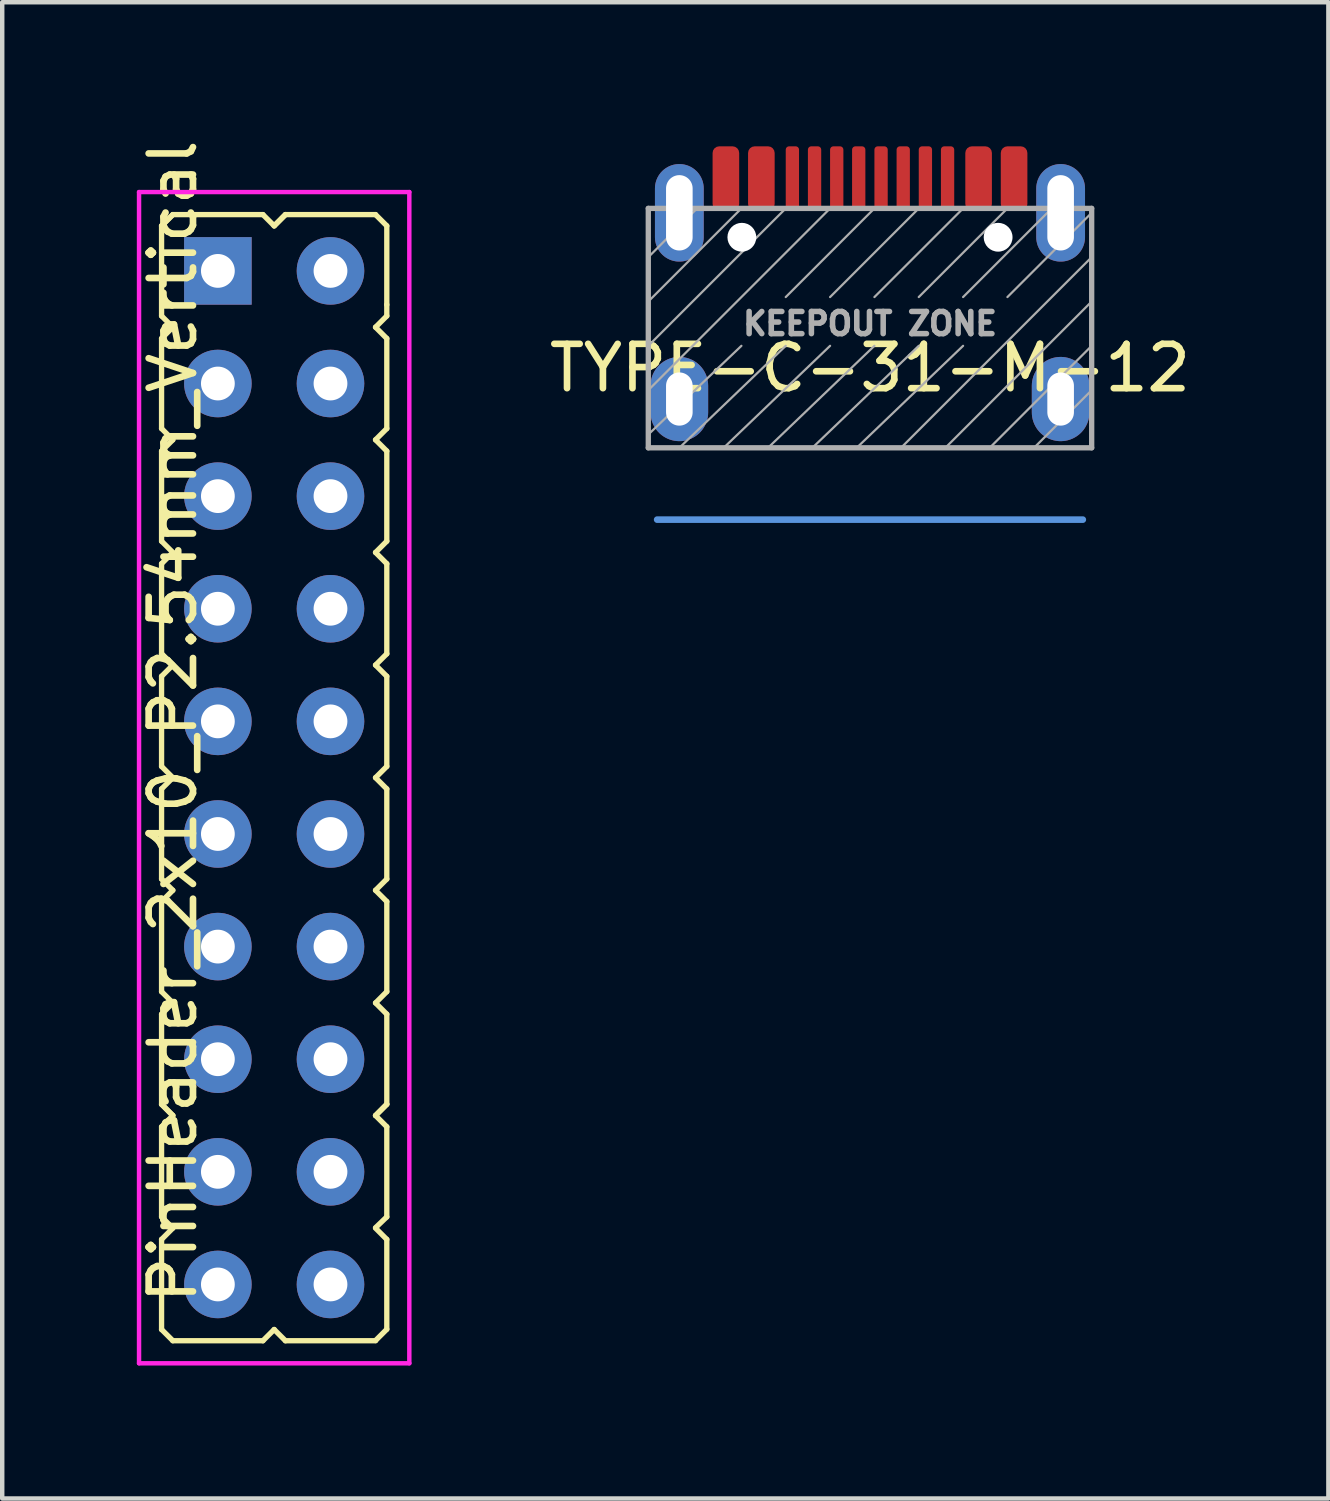
<source format=kicad_pcb>
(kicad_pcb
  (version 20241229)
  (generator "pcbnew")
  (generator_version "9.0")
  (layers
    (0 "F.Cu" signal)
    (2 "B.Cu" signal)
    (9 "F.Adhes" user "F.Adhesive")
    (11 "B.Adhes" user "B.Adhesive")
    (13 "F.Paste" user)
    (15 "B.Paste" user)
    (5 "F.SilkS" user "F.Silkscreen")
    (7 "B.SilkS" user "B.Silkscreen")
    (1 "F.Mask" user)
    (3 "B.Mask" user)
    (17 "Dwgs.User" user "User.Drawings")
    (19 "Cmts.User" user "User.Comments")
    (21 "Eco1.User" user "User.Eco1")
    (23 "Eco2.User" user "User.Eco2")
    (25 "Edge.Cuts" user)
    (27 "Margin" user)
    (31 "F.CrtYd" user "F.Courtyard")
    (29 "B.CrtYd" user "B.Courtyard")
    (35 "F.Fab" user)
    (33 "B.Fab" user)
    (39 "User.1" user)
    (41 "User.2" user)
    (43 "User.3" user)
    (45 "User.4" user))
  (footprint "TYPE-C-31-M-12"
    (layer "F.Cu")
    (at 16.572 0.25)
    (property "Reference" "TYPE-C-31-M-12" (at 0 5 0) (layer "F.SilkS") (effects (font (size 1 1) (thickness 0.15))))
    (attr through_hole)
    (fp_line (start 4.8 8.42) (end -4.8 8.42) (stroke (width 0.15) (type solid)) (layer "Cmts.User"))
    (fp_line (start -5 1.4) (end -5 6.8) (stroke (width 0.12) (type solid)) (layer "F.Fab"))
    (fp_line (start -5 2.5) (end -3.9 1.4) (stroke (width 0.05) (type solid)) (layer "F.Fab"))
    (fp_line (start -5 3.5) (end -2.9 1.4) (stroke (width 0.05) (type solid)) (layer "F.Fab"))
    (fp_line (start -5 4.5) (end -1.9 1.4) (stroke (width 0.05) (type solid)) (layer "F.Fab"))
    (fp_line (start -5 5.5) (end -0.9 1.4) (stroke (width 0.05) (type solid)) (layer "F.Fab"))
    (fp_line (start -5 6.5) (end -2.9 4.5) (stroke (width 0.05) (type solid)) (layer "F.Fab"))
    (fp_line (start -5 6.8) (end 5 6.8) (stroke (width 0.12) (type solid)) (layer "F.Fab"))
    (fp_line (start -4.3 6.8) (end -1.9 4.5) (stroke (width 0.05) (type solid)) (layer "F.Fab"))
    (fp_line (start -3.3 6.8) (end -0.9 4.5) (stroke (width 0.05) (type solid)) (layer "F.Fab"))
    (fp_line (start -2.3 6.8) (end 0.1 4.5) (stroke (width 0.05) (type solid)) (layer "F.Fab"))
    (fp_line (start -1.9 3.4) (end 0.1 1.4) (stroke (width 0.05) (type solid)) (layer "F.Fab"))
    (fp_line (start -1.3 6.8) (end 1.1 4.5) (stroke (width 0.05) (type solid)) (layer "F.Fab"))
    (fp_line (start -0.9 3.4) (end 1.1 1.4) (stroke (width 0.05) (type solid)) (layer "F.Fab"))
    (fp_line (start -0.3 6.8) (end 2.1 4.5) (stroke (width 0.05) (type solid)) (layer "F.Fab"))
    (fp_line (start 0.1 3.4) (end 2.1 1.4) (stroke (width 0.05) (type solid)) (layer "F.Fab"))
    (fp_line (start 0.7 6.8) (end 5 2.5) (stroke (width 0.05) (type solid)) (layer "F.Fab"))
    (fp_line (start 1.1 3.4) (end 3.1 1.4) (stroke (width 0.05) (type solid)) (layer "F.Fab"))
    (fp_line (start 1.7 6.8) (end 5 3.5) (stroke (width 0.05) (type solid)) (layer "F.Fab"))
    (fp_line (start 2.1 3.4) (end 4.1 1.4) (stroke (width 0.05) (type solid)) (layer "F.Fab"))
    (fp_line (start 2.7 6.8) (end 5 4.5) (stroke (width 0.05) (type solid)) (layer "F.Fab"))
    (fp_line (start 3.1 3.4) (end 5 1.5) (stroke (width 0.05) (type solid)) (layer "F.Fab"))
    (fp_line (start 3.7 6.8) (end 5 5.5) (stroke (width 0.05) (type solid)) (layer "F.Fab"))
    (fp_line (start 5 1.4) (end -5 1.4) (stroke (width 0.12) (type solid)) (layer "F.Fab"))
    (fp_line (start 5 6.8) (end 5 1.4) (stroke (width 0.12) (type solid)) (layer "F.Fab"))
    (fp_text user "KEEPOUT ZONE" (at 0 4 0) (layer "F.Fab") (effects (font (size 0.5 0.5) (thickness 0.125))))
    (pad "" np_thru_hole circle (at -2.89 2.051) (size 0.65 0.65) (drill 0.65) (layers "*.Cu" "*.Mask"))
    (pad "" np_thru_hole circle (at 2.89 2.051) (size 0.65 0.65) (drill 0.65) (layers "*.Cu" "*.Mask"))
    (pad "A1" smd roundrect (at -3.25 0.725) (size 0.6 1.45) (layers "F.Cu" "F.Mask" "F.Paste") (roundrect_rratio 0.25))
    (pad "A4" smd roundrect (at -2.45 0.725) (size 0.6 1.45) (layers "F.Cu" "F.Mask" "F.Paste") (roundrect_rratio 0.25))
    (pad "A5" smd roundrect (at -1.25 0.725) (size 0.3 1.45) (layers "F.Cu" "F.Mask" "F.Paste") (roundrect_rratio 0.25))
    (pad "A6" smd roundrect (at -0.254 0.725) (size 0.3 1.45) (layers "F.Cu" "F.Mask" "F.Paste") (roundrect_rratio 0.25))
    (pad "A7" smd roundrect (at 0.25 0.725) (size 0.3 1.45) (layers "F.Cu" "F.Mask" "F.Paste") (roundrect_rratio 0.25))
    (pad "A8" smd roundrect (at 1.25 0.725) (size 0.3 1.45) (layers "F.Cu" "F.Mask" "F.Paste") (roundrect_rratio 0.25))
    (pad "B1" smd roundrect (at 3.25 0.725) (size 0.6 1.45) (layers "F.Cu" "F.Mask" "F.Paste") (roundrect_rratio 0.25))
    (pad "B4" smd roundrect (at 2.45 0.725) (size 0.6 1.45) (layers "F.Cu" "F.Mask" "F.Paste") (roundrect_rratio 0.25))
    (pad "B5" smd roundrect (at 1.75 0.725) (size 0.3 1.45) (layers "F.Cu" "F.Mask" "F.Paste") (roundrect_rratio 0.25))
    (pad "B6" smd roundrect (at 0.75 0.725) (size 0.3 1.45) (layers "F.Cu" "F.Mask" "F.Paste") (roundrect_rratio 0.25))
    (pad "B7" smd roundrect (at -0.75 0.725) (size 0.3 1.45) (layers "F.Cu" "F.Mask" "F.Paste") (roundrect_rratio 0.25))
    (pad "B8" smd roundrect (at -1.75 0.725) (size 0.3 1.45) (layers "F.Cu" "F.Mask" "F.Paste") (roundrect_rratio 0.25))
    (pad "S" thru_hole oval (at -4.3 1.5) (size 1.1 2.2) (drill oval 0.6 1.7) (layers "*.Cu" "*.Mask"))
    (pad "S" thru_hole oval (at -4.3 5.7) (size 1.3 1.9) (drill oval 0.6 1.2) (layers "*.Cu" "*.Mask"))
    (pad "S" thru_hole oval (at 4.3 1.5) (size 1.1 2.2) (drill oval 0.6 1.7) (layers "*.Cu" "*.Mask"))
    (pad "S" thru_hole oval (at 4.3 5.7) (size 1.3 1.9) (drill oval 0.6 1.2) (layers "*.Cu" "*.Mask")))
  (footprint "PinHeader_2x10_P2.54mm_Vertical"
    (layer "F.Cu")
    (at 3.134 14.49)
    (property "Reference" "PinHeader_2x10_P2.54mm_Vertical" (at -2.286 -1.27 90) (layer "F.SilkS") (effects (font (size 1 1) (thickness 0.15))))
    (attr through_hole)
    (fp_line (start -2.54 -12.446) (end -2.286 -12.7) (stroke (width 0.12) (type solid)) (layer "F.SilkS"))
    (fp_line (start -2.54 -12.446) (end -2.286 -12.7) (stroke (width 0.12) (type solid)) (layer "F.SilkS"))
    (fp_line (start -2.54 -10.414) (end -2.54 -12.446) (stroke (width 0.12) (type solid)) (layer "F.SilkS"))
    (fp_line (start -2.54 -9.906) (end -2.286 -10.16) (stroke (width 0.12) (type solid)) (layer "F.SilkS"))
    (fp_line (start -2.54 -7.874) (end -2.54 -9.906) (stroke (width 0.12) (type solid)) (layer "F.SilkS"))
    (fp_line (start -2.54 -7.366) (end -2.286 -7.62) (stroke (width 0.12) (type solid)) (layer "F.SilkS"))
    (fp_line (start -2.54 -5.334) (end -2.54 -7.366) (stroke (width 0.12) (type solid)) (layer "F.SilkS"))
    (fp_line (start -2.54 -4.826) (end -2.286 -5.08) (stroke (width 0.12) (type solid)) (layer "F.SilkS"))
    (fp_line (start -2.54 -2.794) (end -2.54 -4.826) (stroke (width 0.12) (type solid)) (layer "F.SilkS"))
    (fp_line (start -2.54 -2.286) (end -2.286 -2.54) (stroke (width 0.12) (type solid)) (layer "F.SilkS"))
    (fp_line (start -2.54 -0.254) (end -2.54 -2.286) (stroke (width 0.12) (type solid)) (layer "F.SilkS"))
    (fp_line (start -2.54 -0.254) (end -2.286 0) (stroke (width 0.12) (type solid)) (layer "F.SilkS"))
    (fp_line (start -2.54 0.254) (end -2.54 2.286) (stroke (width 0.12) (type solid)) (layer "F.SilkS"))
    (fp_line (start -2.54 0.254) (end -2.286 0) (stroke (width 0.12) (type solid)) (layer "F.SilkS"))
    (fp_line (start -2.54 2.794) (end -2.54 4.826) (stroke (width 0.12) (type solid)) (layer "F.SilkS"))
    (fp_line (start -2.54 2.794) (end -2.286 2.54) (stroke (width 0.12) (type solid)) (layer "F.SilkS"))
    (fp_line (start -2.54 7.366) (end -2.54 5.334) (stroke (width 0.12) (type solid)) (layer "F.SilkS"))
    (fp_line (start -2.54 9.906) (end -2.54 7.874) (stroke (width 0.12) (type solid)) (layer "F.SilkS"))
    (fp_line (start -2.54 12.446) (end -2.54 10.414) (stroke (width 0.12) (type solid)) (layer "F.SilkS"))
    (fp_line (start -2.286 -10.16) (end -2.54 -10.414) (stroke (width 0.12) (type solid)) (layer "F.SilkS"))
    (fp_line (start -2.286 -7.62) (end -2.54 -7.874) (stroke (width 0.12) (type solid)) (layer "F.SilkS"))
    (fp_line (start -2.286 -5.08) (end -2.54 -5.334) (stroke (width 0.12) (type solid)) (layer "F.SilkS"))
    (fp_line (start -2.286 -2.54) (end -2.54 -2.794) (stroke (width 0.12) (type solid)) (layer "F.SilkS"))
    (fp_line (start -2.286 -2.54) (end -2.54 -2.794) (stroke (width 0.12) (type solid)) (layer "F.SilkS"))
    (fp_line (start -2.286 2.54) (end -2.54 2.286) (stroke (width 0.12) (type solid)) (layer "F.SilkS"))
    (fp_line (start -2.286 5.08) (end -2.54 4.826) (stroke (width 0.12) (type solid)) (layer "F.SilkS"))
    (fp_line (start -2.286 5.08) (end -2.54 5.334) (stroke (width 0.12) (type solid)) (layer "F.SilkS"))
    (fp_line (start -2.286 7.62) (end -2.54 7.366) (stroke (width 0.12) (type solid)) (layer "F.SilkS"))
    (fp_line (start -2.286 7.62) (end -2.54 7.366) (stroke (width 0.12) (type solid)) (layer "F.SilkS"))
    (fp_line (start -2.286 7.62) (end -2.54 7.874) (stroke (width 0.12) (type solid)) (layer "F.SilkS"))
    (fp_line (start -2.286 10.16) (end -2.54 9.906) (stroke (width 0.12) (type solid)) (layer "F.SilkS"))
    (fp_line (start -2.286 10.16) (end -2.54 10.414) (stroke (width 0.12) (type solid)) (layer "F.SilkS"))
    (fp_line (start -2.286 12.699) (end -2.54 12.445) (stroke (width 0.12) (type solid)) (layer "F.SilkS"))
    (fp_line (start -2.286 12.7) (end -0.254 12.7) (stroke (width 0.12) (type solid)) (layer "F.SilkS"))
    (fp_line (start -0.254 -12.7) (end -2.286 -12.7) (stroke (width 0.12) (type solid)) (layer "F.SilkS"))
    (fp_line (start -0.254 12.7) (end 0 12.446) (stroke (width 0.12) (type solid)) (layer "F.SilkS"))
    (fp_line (start 0 -12.446) (end -0.254 -12.7) (stroke (width 0.12) (type solid)) (layer "F.SilkS"))
    (fp_line (start 0 -12.446) (end 0.254 -12.7) (stroke (width 0.12) (type solid)) (layer "F.SilkS"))
    (fp_line (start 0 -12.446) (end 0.254 -12.7) (stroke (width 0.12) (type solid)) (layer "F.SilkS"))
    (fp_line (start 0.254 12.7) (end 0 12.446) (stroke (width 0.12) (type solid)) (layer "F.SilkS"))
    (fp_line (start 0.254 12.7) (end 2.286 12.7) (stroke (width 0.12) (type solid)) (layer "F.SilkS"))
    (fp_line (start 2.286 -12.7) (end 0.254 -12.7) (stroke (width 0.12) (type solid)) (layer "F.SilkS"))
    (fp_line (start 2.286 -10.16) (end 2.54 -9.906) (stroke (width 0.12) (type solid)) (layer "F.SilkS"))
    (fp_line (start 2.286 -7.62) (end 2.54 -7.366) (stroke (width 0.12) (type solid)) (layer "F.SilkS"))
    (fp_line (start 2.286 -5.08) (end 2.54 -4.826) (stroke (width 0.12) (type solid)) (layer "F.SilkS"))
    (fp_line (start 2.286 -2.54) (end 2.54 -2.286) (stroke (width 0.12) (type solid)) (layer "F.SilkS"))
    (fp_line (start 2.286 2.54) (end 2.54 2.286) (stroke (width 0.12) (type solid)) (layer "F.SilkS"))
    (fp_line (start 2.286 5.08) (end 2.54 4.826) (stroke (width 0.12) (type solid)) (layer "F.SilkS"))
    (fp_line (start 2.286 5.08) (end 2.54 5.334) (stroke (width 0.12) (type solid)) (layer "F.SilkS"))
    (fp_line (start 2.286 7.62) (end 2.54 7.366) (stroke (width 0.12) (type solid)) (layer "F.SilkS"))
    (fp_line (start 2.286 7.62) (end 2.54 7.874) (stroke (width 0.12) (type solid)) (layer "F.SilkS"))
    (fp_line (start 2.286 10.15) (end 2.54 9.906) (stroke (width 0.12) (type solid)) (layer "F.SilkS"))
    (fp_line (start 2.286 10.16) (end 2.54 10.414) (stroke (width 0.12) (type solid)) (layer "F.SilkS"))
    (fp_line (start 2.54 -12.446) (end 2.286 -12.7) (stroke (width 0.12) (type solid)) (layer "F.SilkS"))
    (fp_line (start 2.54 -12.446) (end 2.54 -10.668) (stroke (width 0.12) (type solid)) (layer "F.SilkS"))
    (fp_line (start 2.54 -10.668) (end 2.54 -10.414) (stroke (width 0.12) (type solid)) (layer "F.SilkS"))
    (fp_line (start 2.54 -10.414) (end 2.286 -10.16) (stroke (width 0.12) (type solid)) (layer "F.SilkS"))
    (fp_line (start 2.54 -9.906) (end 2.54 -7.874) (stroke (width 0.12) (type solid)) (layer "F.SilkS"))
    (fp_line (start 2.54 -7.874) (end 2.286 -7.62) (stroke (width 0.12) (type solid)) (layer "F.SilkS"))
    (fp_line (start 2.54 -7.366) (end 2.54 -5.334) (stroke (width 0.12) (type solid)) (layer "F.SilkS"))
    (fp_line (start 2.54 -5.334) (end 2.286 -5.08) (stroke (width 0.12) (type solid)) (layer "F.SilkS"))
    (fp_line (start 2.54 -4.826) (end 2.54 -2.794) (stroke (width 0.12) (type solid)) (layer "F.SilkS"))
    (fp_line (start 2.54 -2.794) (end 2.286 -2.54) (stroke (width 0.12) (type solid)) (layer "F.SilkS"))
    (fp_line (start 2.54 -2.286) (end 2.54 -0.254) (stroke (width 0.12) (type solid)) (layer "F.SilkS"))
    (fp_line (start 2.54 -0.254) (end 2.286 0) (stroke (width 0.12) (type solid)) (layer "F.SilkS"))
    (fp_line (start 2.54 0.254) (end 2.286 0) (stroke (width 0.12) (type solid)) (layer "F.SilkS"))
    (fp_line (start 2.54 0.254) (end 2.54 2.286) (stroke (width 0.12) (type solid)) (layer "F.SilkS"))
    (fp_line (start 2.54 2.794) (end 2.286 2.54) (stroke (width 0.12) (type solid)) (layer "F.SilkS"))
    (fp_line (start 2.54 2.794) (end 2.54 4.826) (stroke (width 0.12) (type solid)) (layer "F.SilkS"))
    (fp_line (start 2.54 5.334) (end 2.54 7.366) (stroke (width 0.12) (type solid)) (layer "F.SilkS"))
    (fp_line (start 2.54 7.366) (end 2.286 7.62) (stroke (width 0.12) (type solid)) (layer "F.SilkS"))
    (fp_line (start 2.54 7.874) (end 2.54 9.906) (stroke (width 0.12) (type solid)) (layer "F.SilkS"))
    (fp_line (start 2.54 12.44) (end 2.54 10.414) (stroke (width 0.12) (type solid)) (layer "F.SilkS"))
    (fp_line (start 2.54 12.441) (end 2.286 12.695) (stroke (width 0.12) (type solid)) (layer "F.SilkS"))
    (fp_line (start -3.048 -13.208) (end 3.048 -13.208) (stroke (width 0.1) (type solid)) (layer "F.CrtYd"))
    (fp_line (start -3.048 13.208) (end -3.048 -13.208) (stroke (width 0.1) (type solid)) (layer "F.CrtYd"))
    (fp_line (start -3.048 13.208) (end 3.048 13.208) (stroke (width 0.1) (type solid)) (layer "F.CrtYd"))
    (fp_line (start 3.048 -13.208) (end 3.048 13.208) (stroke (width 0.1) (type solid)) (layer "F.CrtYd"))
    (pad "1" thru_hole rect (at -1.27 -11.43) (size 1.524 1.524) (drill 0.762) (layers "*.Cu" "*.Mask"))
    (pad "2" thru_hole circle (at 1.27 -11.43) (size 1.524 1.524) (drill 0.762) (layers "*.Cu" "*.Mask"))
    (pad "3" thru_hole oval (at -1.27 -8.89) (size 1.524 1.524) (drill 0.762) (layers "*.Cu" "*.Mask"))
    (pad "4" thru_hole oval (at 1.27 -8.89) (size 1.524 1.524) (drill 0.762) (layers "*.Cu" "*.Mask"))
    (pad "5" thru_hole oval (at -1.27 -6.35) (size 1.524 1.524) (drill 0.762) (layers "*.Cu" "*.Mask"))
    (pad "6" thru_hole oval (at 1.27 -6.35) (size 1.524 1.524) (drill 0.762) (layers "*.Cu" "*.Mask"))
    (pad "7" thru_hole oval (at -1.27 -3.81) (size 1.524 1.524) (drill 0.762) (layers "*.Cu" "*.Mask"))
    (pad "8" thru_hole oval (at 1.27 -3.81) (size 1.524 1.524) (drill 0.762) (layers "*.Cu" "*.Mask"))
    (pad "9" thru_hole oval (at -1.27 -1.27) (size 1.524 1.524) (drill 0.762) (layers "*.Cu" "*.Mask"))
    (pad "10" thru_hole oval (at 1.27 -1.27) (size 1.524 1.524) (drill 0.762) (layers "*.Cu" "*.Mask"))
    (pad "11" thru_hole oval (at -1.27 1.27) (size 1.524 1.524) (drill 0.762) (layers "*.Cu" "*.Mask"))
    (pad "12" thru_hole oval (at 1.27 1.27) (size 1.524 1.524) (drill 0.762) (layers "*.Cu" "*.Mask"))
    (pad "13" thru_hole oval (at -1.27 3.81) (size 1.524 1.524) (drill 0.762) (layers "*.Cu" "*.Mask"))
    (pad "14" thru_hole oval (at 1.27 3.81) (size 1.524 1.524) (drill 0.762) (layers "*.Cu" "*.Mask"))
    (pad "15" thru_hole oval (at -1.27 6.35) (size 1.524 1.524) (drill 0.762) (layers "*.Cu" "*.Mask"))
    (pad "16" thru_hole oval (at 1.27 6.35) (size 1.524 1.524) (drill 0.762) (layers "*.Cu" "*.Mask"))
    (pad "17" thru_hole oval (at -1.27 8.89) (size 1.524 1.524) (drill 0.762) (layers "*.Cu" "*.Mask"))
    (pad "18" thru_hole oval (at 1.27 8.89) (size 1.524 1.524) (drill 0.762) (layers "*.Cu" "*.Mask"))
    (pad "19" thru_hole oval (at -1.27 11.43) (size 1.524 1.524) (drill 0.762) (layers "*.Cu" "*.Mask"))
    (pad "20" thru_hole oval (at 1.27 11.43) (size 1.524 1.524) (drill 0.762) (layers "*.Cu" "*.Mask")))
  (gr_rect
    (start -3 -3)
    (end 26.911 30.748)
    (stroke (width 0.1) (type default))
    (fill no)
    (layer "Edge.Cuts")))
</source>
